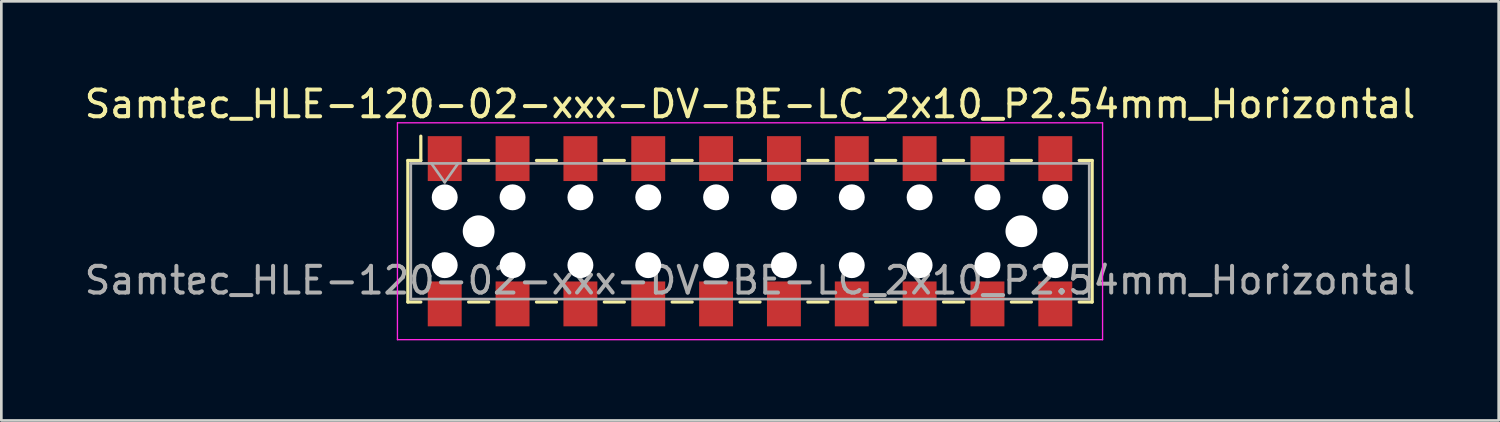
<source format=kicad_pcb>
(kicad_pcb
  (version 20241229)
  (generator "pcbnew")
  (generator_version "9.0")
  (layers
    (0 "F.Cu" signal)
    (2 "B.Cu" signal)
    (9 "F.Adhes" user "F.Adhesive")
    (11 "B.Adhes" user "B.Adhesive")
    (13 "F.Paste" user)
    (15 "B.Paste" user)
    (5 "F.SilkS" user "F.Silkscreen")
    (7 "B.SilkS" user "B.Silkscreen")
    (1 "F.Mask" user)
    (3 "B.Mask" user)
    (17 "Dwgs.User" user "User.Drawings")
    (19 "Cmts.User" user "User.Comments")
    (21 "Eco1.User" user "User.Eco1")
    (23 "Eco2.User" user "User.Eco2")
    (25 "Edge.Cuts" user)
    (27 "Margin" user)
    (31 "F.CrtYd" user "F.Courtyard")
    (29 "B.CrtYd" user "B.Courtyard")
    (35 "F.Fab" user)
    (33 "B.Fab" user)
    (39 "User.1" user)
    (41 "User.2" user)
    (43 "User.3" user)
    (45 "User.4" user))
  (footprint "Samtec_HLE-120-02-xxx-DV-BE-LC_2x10_P2.54mm_Horizontal"
    (layer "F.Cu")
    (at 25.03 5.608)
    (property "Reference" "Samtec_HLE-120-02-xxx-DV-BE-LC_2x10_P2.54mm_Horizontal" (at 0 -4.76 0) (layer "F.SilkS") (effects (font (size 1 1) (thickness 0.15))))
    (attr smd)
    (fp_line (start -12.81 -2.65) (end -12.81 2.65) (stroke (width 0.12) (type solid)) (layer "F.SilkS"))
    (fp_line (start -12.81 2.65) (end -12.325 2.65) (stroke (width 0.12) (type solid)) (layer "F.SilkS"))
    (fp_line (start -12.325 -3.56) (end -12.325 -2.65) (stroke (width 0.12) (type solid)) (layer "F.SilkS"))
    (fp_line (start -12.325 -2.65) (end -12.81 -2.65) (stroke (width 0.12) (type solid)) (layer "F.SilkS"))
    (fp_line (start -10.535 -2.65) (end -9.785 -2.65) (stroke (width 0.12) (type solid)) (layer "F.SilkS"))
    (fp_line (start -10.535 2.65) (end -9.785 2.65) (stroke (width 0.12) (type solid)) (layer "F.SilkS"))
    (fp_line (start -7.995 -2.65) (end -7.245 -2.65) (stroke (width 0.12) (type solid)) (layer "F.SilkS"))
    (fp_line (start -7.995 2.65) (end -7.245 2.65) (stroke (width 0.12) (type solid)) (layer "F.SilkS"))
    (fp_line (start -5.455 -2.65) (end -4.705 -2.65) (stroke (width 0.12) (type solid)) (layer "F.SilkS"))
    (fp_line (start -5.455 2.65) (end -4.705 2.65) (stroke (width 0.12) (type solid)) (layer "F.SilkS"))
    (fp_line (start -2.915 -2.65) (end -2.165 -2.65) (stroke (width 0.12) (type solid)) (layer "F.SilkS"))
    (fp_line (start -2.915 2.65) (end -2.165 2.65) (stroke (width 0.12) (type solid)) (layer "F.SilkS"))
    (fp_line (start -0.375 -2.65) (end 0.375 -2.65) (stroke (width 0.12) (type solid)) (layer "F.SilkS"))
    (fp_line (start -0.375 2.65) (end 0.375 2.65) (stroke (width 0.12) (type solid)) (layer "F.SilkS"))
    (fp_line (start 2.165 -2.65) (end 2.915 -2.65) (stroke (width 0.12) (type solid)) (layer "F.SilkS"))
    (fp_line (start 2.165 2.65) (end 2.915 2.65) (stroke (width 0.12) (type solid)) (layer "F.SilkS"))
    (fp_line (start 4.705 -2.65) (end 5.455 -2.65) (stroke (width 0.12) (type solid)) (layer "F.SilkS"))
    (fp_line (start 4.705 2.65) (end 5.455 2.65) (stroke (width 0.12) (type solid)) (layer "F.SilkS"))
    (fp_line (start 7.245 -2.65) (end 7.995 -2.65) (stroke (width 0.12) (type solid)) (layer "F.SilkS"))
    (fp_line (start 7.245 2.65) (end 7.995 2.65) (stroke (width 0.12) (type solid)) (layer "F.SilkS"))
    (fp_line (start 9.785 -2.65) (end 10.535 -2.65) (stroke (width 0.12) (type solid)) (layer "F.SilkS"))
    (fp_line (start 9.785 2.65) (end 10.535 2.65) (stroke (width 0.12) (type solid)) (layer "F.SilkS"))
    (fp_line (start 12.325 -2.65) (end 12.81 -2.65) (stroke (width 0.12) (type solid)) (layer "F.SilkS"))
    (fp_line (start 12.81 -2.65) (end 12.81 2.65) (stroke (width 0.12) (type solid)) (layer "F.SilkS"))
    (fp_line (start 12.81 2.65) (end 12.325 2.65) (stroke (width 0.12) (type solid)) (layer "F.SilkS"))
    (fp_line (start -13.2 -4.06) (end 13.2 -4.06) (stroke (width 0.05) (type solid)) (layer "F.CrtYd"))
    (fp_line (start -13.2 4.06) (end -13.2 -4.06) (stroke (width 0.05) (type solid)) (layer "F.CrtYd"))
    (fp_line (start 13.2 -4.06) (end 13.2 4.06) (stroke (width 0.05) (type solid)) (layer "F.CrtYd"))
    (fp_line (start 13.2 4.06) (end -13.2 4.06) (stroke (width 0.05) (type solid)) (layer "F.CrtYd"))
    (fp_line (start -12.7 -2.54) (end 12.7 -2.54) (stroke (width 0.1) (type solid)) (layer "F.Fab"))
    (fp_line (start -12.7 2.54) (end -12.7 -2.54) (stroke (width 0.1) (type solid)) (layer "F.Fab"))
    (fp_line (start -11.93 -2.54) (end -11.43 -1.833) (stroke (width 0.1) (type solid)) (layer "F.Fab"))
    (fp_line (start -11.43 -1.833) (end -10.93 -2.54) (stroke (width 0.1) (type solid)) (layer "F.Fab"))
    (fp_line (start 12.7 -2.54) (end 12.7 2.54) (stroke (width 0.1) (type solid)) (layer "F.Fab"))
    (fp_line (start 12.7 2.54) (end -12.7 2.54) (stroke (width 0.1) (type solid)) (layer "F.Fab"))
    (fp_text user "${REFERENCE}" (at 0 1.84 0) (layer "F.Fab") (effects (font (size 1 1) (thickness 0.15))))
    (pad "" np_thru_hole circle (at -11.43 -1.27) (size 0.97 0.97) (drill 0.97) (layers "*.Cu" "*.Mask"))
    (pad "" np_thru_hole circle (at -11.43 1.27) (size 0.97 0.97) (drill 0.97) (layers "*.Cu" "*.Mask"))
    (pad "" np_thru_hole circle (at -10.16 0) (size 1.19 1.19) (drill 1.19) (layers "*.Cu" "*.Mask"))
    (pad "" np_thru_hole circle (at -8.89 -1.27) (size 0.97 0.97) (drill 0.97) (layers "*.Cu" "*.Mask"))
    (pad "" np_thru_hole circle (at -8.89 1.27) (size 0.97 0.97) (drill 0.97) (layers "*.Cu" "*.Mask"))
    (pad "" np_thru_hole circle (at -6.35 -1.27) (size 0.97 0.97) (drill 0.97) (layers "*.Cu" "*.Mask"))
    (pad "" np_thru_hole circle (at -6.35 1.27) (size 0.97 0.97) (drill 0.97) (layers "*.Cu" "*.Mask"))
    (pad "" np_thru_hole circle (at -3.81 -1.27) (size 0.97 0.97) (drill 0.97) (layers "*.Cu" "*.Mask"))
    (pad "" np_thru_hole circle (at -3.81 1.27) (size 0.97 0.97) (drill 0.97) (layers "*.Cu" "*.Mask"))
    (pad "" np_thru_hole circle (at -1.27 -1.27) (size 0.97 0.97) (drill 0.97) (layers "*.Cu" "*.Mask"))
    (pad "" np_thru_hole circle (at -1.27 1.27) (size 0.97 0.97) (drill 0.97) (layers "*.Cu" "*.Mask"))
    (pad "" np_thru_hole circle (at 1.27 -1.27) (size 0.97 0.97) (drill 0.97) (layers "*.Cu" "*.Mask"))
    (pad "" np_thru_hole circle (at 1.27 1.27) (size 0.97 0.97) (drill 0.97) (layers "*.Cu" "*.Mask"))
    (pad "" np_thru_hole circle (at 3.81 -1.27) (size 0.97 0.97) (drill 0.97) (layers "*.Cu" "*.Mask"))
    (pad "" np_thru_hole circle (at 3.81 1.27) (size 0.97 0.97) (drill 0.97) (layers "*.Cu" "*.Mask"))
    (pad "" np_thru_hole circle (at 6.35 -1.27) (size 0.97 0.97) (drill 0.97) (layers "*.Cu" "*.Mask"))
    (pad "" np_thru_hole circle (at 6.35 1.27) (size 0.97 0.97) (drill 0.97) (layers "*.Cu" "*.Mask"))
    (pad "" np_thru_hole circle (at 8.89 -1.27) (size 0.97 0.97) (drill 0.97) (layers "*.Cu" "*.Mask"))
    (pad "" np_thru_hole circle (at 8.89 1.27) (size 0.97 0.97) (drill 0.97) (layers "*.Cu" "*.Mask"))
    (pad "" np_thru_hole circle (at 10.16 0) (size 1.19 1.19) (drill 1.19) (layers "*.Cu" "*.Mask"))
    (pad "" np_thru_hole circle (at 11.43 -1.27) (size 0.97 0.97) (drill 0.97) (layers "*.Cu" "*.Mask"))
    (pad "" np_thru_hole circle (at 11.43 1.27) (size 0.97 0.97) (drill 0.97) (layers "*.Cu" "*.Mask"))
    (pad "1" smd rect (at -11.43 -2.72) (size 1.27 1.68) (layers "F.Cu" "F.Mask" "F.Paste"))
    (pad "2" smd rect (at -11.43 2.72) (size 1.27 1.68) (layers "F.Cu" "F.Mask" "F.Paste"))
    (pad "3" smd rect (at -8.89 -2.72) (size 1.27 1.68) (layers "F.Cu" "F.Mask" "F.Paste"))
    (pad "4" smd rect (at -8.89 2.72) (size 1.27 1.68) (layers "F.Cu" "F.Mask" "F.Paste"))
    (pad "5" smd rect (at -6.35 -2.72) (size 1.27 1.68) (layers "F.Cu" "F.Mask" "F.Paste"))
    (pad "6" smd rect (at -6.35 2.72) (size 1.27 1.68) (layers "F.Cu" "F.Mask" "F.Paste"))
    (pad "7" smd rect (at -3.81 -2.72) (size 1.27 1.68) (layers "F.Cu" "F.Mask" "F.Paste"))
    (pad "8" smd rect (at -3.81 2.72) (size 1.27 1.68) (layers "F.Cu" "F.Mask" "F.Paste"))
    (pad "9" smd rect (at -1.27 -2.72) (size 1.27 1.68) (layers "F.Cu" "F.Mask" "F.Paste"))
    (pad "10" smd rect (at -1.27 2.72) (size 1.27 1.68) (layers "F.Cu" "F.Mask" "F.Paste"))
    (pad "11" smd rect (at 1.27 -2.72) (size 1.27 1.68) (layers "F.Cu" "F.Mask" "F.Paste"))
    (pad "12" smd rect (at 1.27 2.72) (size 1.27 1.68) (layers "F.Cu" "F.Mask" "F.Paste"))
    (pad "13" smd rect (at 3.81 -2.72) (size 1.27 1.68) (layers "F.Cu" "F.Mask" "F.Paste"))
    (pad "14" smd rect (at 3.81 2.72) (size 1.27 1.68) (layers "F.Cu" "F.Mask" "F.Paste"))
    (pad "15" smd rect (at 6.35 -2.72) (size 1.27 1.68) (layers "F.Cu" "F.Mask" "F.Paste"))
    (pad "16" smd rect (at 6.35 2.72) (size 1.27 1.68) (layers "F.Cu" "F.Mask" "F.Paste"))
    (pad "17" smd rect (at 8.89 -2.72) (size 1.27 1.68) (layers "F.Cu" "F.Mask" "F.Paste"))
    (pad "18" smd rect (at 8.89 2.72) (size 1.27 1.68) (layers "F.Cu" "F.Mask" "F.Paste"))
    (pad "19" smd rect (at 11.43 -2.72) (size 1.27 1.68) (layers "F.Cu" "F.Mask" "F.Paste"))
    (pad "20" smd rect (at 11.43 2.72) (size 1.27 1.68) (layers "F.Cu" "F.Mask" "F.Paste")))
  (gr_rect
    (start -3 -3)
    (end 53.06 12.693)
    (stroke (width 0.1) (type default))
    (fill no)
    (layer "Edge.Cuts")))
</source>
